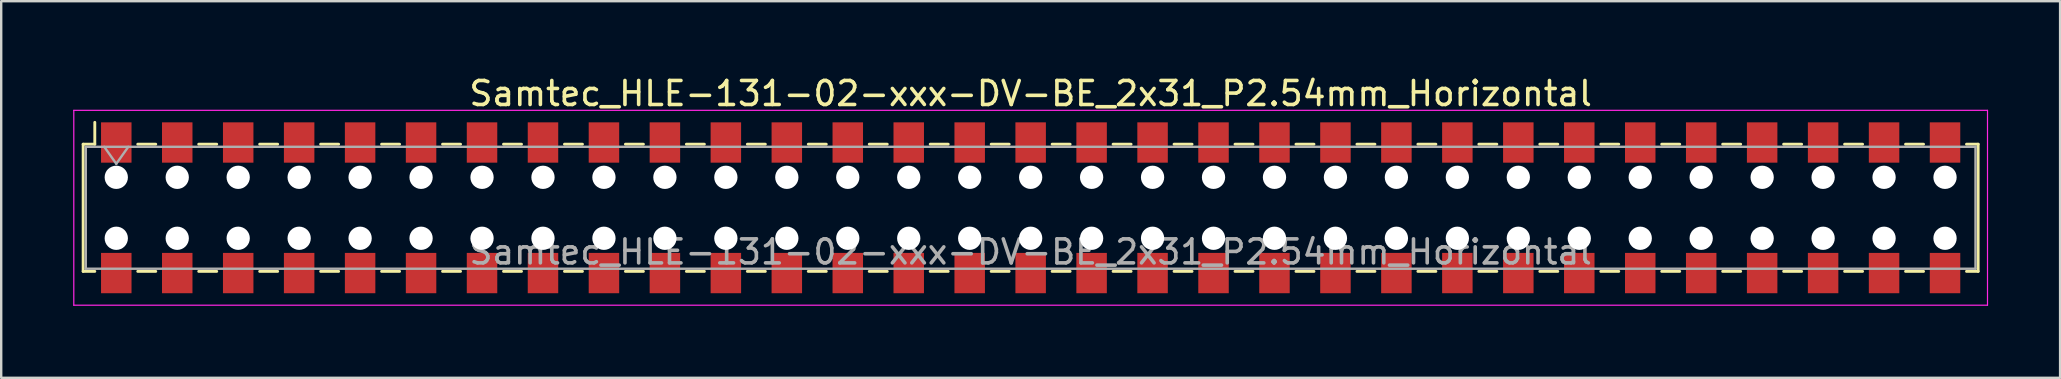
<source format=kicad_pcb>
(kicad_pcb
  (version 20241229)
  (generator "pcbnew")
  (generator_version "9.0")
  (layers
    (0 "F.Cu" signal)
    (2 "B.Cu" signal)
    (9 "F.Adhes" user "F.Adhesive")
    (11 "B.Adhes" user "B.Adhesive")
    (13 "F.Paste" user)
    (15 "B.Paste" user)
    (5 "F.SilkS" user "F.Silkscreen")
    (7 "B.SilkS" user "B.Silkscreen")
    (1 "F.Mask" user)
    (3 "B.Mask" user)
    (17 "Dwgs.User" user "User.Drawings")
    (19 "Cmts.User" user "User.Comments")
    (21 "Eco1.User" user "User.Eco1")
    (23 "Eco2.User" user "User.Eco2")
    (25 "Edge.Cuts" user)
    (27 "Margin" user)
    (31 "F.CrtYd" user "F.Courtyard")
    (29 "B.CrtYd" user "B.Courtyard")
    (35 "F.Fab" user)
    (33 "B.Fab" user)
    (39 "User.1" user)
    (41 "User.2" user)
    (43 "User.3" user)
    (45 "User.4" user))
  (footprint "Samtec_HLE-131-02-xxx-DV-BE_2x31_P2.54mm_Horizontal"
    (layer "F.Cu")
    (at 39.895 5.608)
    (property "Reference" "Samtec_HLE-131-02-xxx-DV-BE_2x31_P2.54mm_Horizontal" (at 0 -4.76 0) (layer "F.SilkS") (effects (font (size 1 1) (thickness 0.15))))
    (attr smd)
    (fp_line (start -39.48 -2.65) (end -39.48 2.65) (stroke (width 0.12) (type solid)) (layer "F.SilkS"))
    (fp_line (start -39.48 2.65) (end -38.995 2.65) (stroke (width 0.12) (type solid)) (layer "F.SilkS"))
    (fp_line (start -38.995 -3.56) (end -38.995 -2.65) (stroke (width 0.12) (type solid)) (layer "F.SilkS"))
    (fp_line (start -38.995 -2.65) (end -39.48 -2.65) (stroke (width 0.12) (type solid)) (layer "F.SilkS"))
    (fp_line (start -37.205 -2.65) (end -36.455 -2.65) (stroke (width 0.12) (type solid)) (layer "F.SilkS"))
    (fp_line (start -37.205 2.65) (end -36.455 2.65) (stroke (width 0.12) (type solid)) (layer "F.SilkS"))
    (fp_line (start -34.665 -2.65) (end -33.915 -2.65) (stroke (width 0.12) (type solid)) (layer "F.SilkS"))
    (fp_line (start -34.665 2.65) (end -33.915 2.65) (stroke (width 0.12) (type solid)) (layer "F.SilkS"))
    (fp_line (start -32.125 -2.65) (end -31.375 -2.65) (stroke (width 0.12) (type solid)) (layer "F.SilkS"))
    (fp_line (start -32.125 2.65) (end -31.375 2.65) (stroke (width 0.12) (type solid)) (layer "F.SilkS"))
    (fp_line (start -29.585 -2.65) (end -28.835 -2.65) (stroke (width 0.12) (type solid)) (layer "F.SilkS"))
    (fp_line (start -29.585 2.65) (end -28.835 2.65) (stroke (width 0.12) (type solid)) (layer "F.SilkS"))
    (fp_line (start -27.045 -2.65) (end -26.295 -2.65) (stroke (width 0.12) (type solid)) (layer "F.SilkS"))
    (fp_line (start -27.045 2.65) (end -26.295 2.65) (stroke (width 0.12) (type solid)) (layer "F.SilkS"))
    (fp_line (start -24.505 -2.65) (end -23.755 -2.65) (stroke (width 0.12) (type solid)) (layer "F.SilkS"))
    (fp_line (start -24.505 2.65) (end -23.755 2.65) (stroke (width 0.12) (type solid)) (layer "F.SilkS"))
    (fp_line (start -21.965 -2.65) (end -21.215 -2.65) (stroke (width 0.12) (type solid)) (layer "F.SilkS"))
    (fp_line (start -21.965 2.65) (end -21.215 2.65) (stroke (width 0.12) (type solid)) (layer "F.SilkS"))
    (fp_line (start -19.425 -2.65) (end -18.675 -2.65) (stroke (width 0.12) (type solid)) (layer "F.SilkS"))
    (fp_line (start -19.425 2.65) (end -18.675 2.65) (stroke (width 0.12) (type solid)) (layer "F.SilkS"))
    (fp_line (start -16.885 -2.65) (end -16.135 -2.65) (stroke (width 0.12) (type solid)) (layer "F.SilkS"))
    (fp_line (start -16.885 2.65) (end -16.135 2.65) (stroke (width 0.12) (type solid)) (layer "F.SilkS"))
    (fp_line (start -14.345 -2.65) (end -13.595 -2.65) (stroke (width 0.12) (type solid)) (layer "F.SilkS"))
    (fp_line (start -14.345 2.65) (end -13.595 2.65) (stroke (width 0.12) (type solid)) (layer "F.SilkS"))
    (fp_line (start -11.805 -2.65) (end -11.055 -2.65) (stroke (width 0.12) (type solid)) (layer "F.SilkS"))
    (fp_line (start -11.805 2.65) (end -11.055 2.65) (stroke (width 0.12) (type solid)) (layer "F.SilkS"))
    (fp_line (start -9.265 -2.65) (end -8.515 -2.65) (stroke (width 0.12) (type solid)) (layer "F.SilkS"))
    (fp_line (start -9.265 2.65) (end -8.515 2.65) (stroke (width 0.12) (type solid)) (layer "F.SilkS"))
    (fp_line (start -6.725 -2.65) (end -5.975 -2.65) (stroke (width 0.12) (type solid)) (layer "F.SilkS"))
    (fp_line (start -6.725 2.65) (end -5.975 2.65) (stroke (width 0.12) (type solid)) (layer "F.SilkS"))
    (fp_line (start -4.185 -2.65) (end -3.435 -2.65) (stroke (width 0.12) (type solid)) (layer "F.SilkS"))
    (fp_line (start -4.185 2.65) (end -3.435 2.65) (stroke (width 0.12) (type solid)) (layer "F.SilkS"))
    (fp_line (start -1.645 -2.65) (end -0.895 -2.65) (stroke (width 0.12) (type solid)) (layer "F.SilkS"))
    (fp_line (start -1.645 2.65) (end -0.895 2.65) (stroke (width 0.12) (type solid)) (layer "F.SilkS"))
    (fp_line (start 0.895 -2.65) (end 1.645 -2.65) (stroke (width 0.12) (type solid)) (layer "F.SilkS"))
    (fp_line (start 0.895 2.65) (end 1.645 2.65) (stroke (width 0.12) (type solid)) (layer "F.SilkS"))
    (fp_line (start 3.435 -2.65) (end 4.185 -2.65) (stroke (width 0.12) (type solid)) (layer "F.SilkS"))
    (fp_line (start 3.435 2.65) (end 4.185 2.65) (stroke (width 0.12) (type solid)) (layer "F.SilkS"))
    (fp_line (start 5.975 -2.65) (end 6.725 -2.65) (stroke (width 0.12) (type solid)) (layer "F.SilkS"))
    (fp_line (start 5.975 2.65) (end 6.725 2.65) (stroke (width 0.12) (type solid)) (layer "F.SilkS"))
    (fp_line (start 8.515 -2.65) (end 9.265 -2.65) (stroke (width 0.12) (type solid)) (layer "F.SilkS"))
    (fp_line (start 8.515 2.65) (end 9.265 2.65) (stroke (width 0.12) (type solid)) (layer "F.SilkS"))
    (fp_line (start 11.055 -2.65) (end 11.805 -2.65) (stroke (width 0.12) (type solid)) (layer "F.SilkS"))
    (fp_line (start 11.055 2.65) (end 11.805 2.65) (stroke (width 0.12) (type solid)) (layer "F.SilkS"))
    (fp_line (start 13.595 -2.65) (end 14.345 -2.65) (stroke (width 0.12) (type solid)) (layer "F.SilkS"))
    (fp_line (start 13.595 2.65) (end 14.345 2.65) (stroke (width 0.12) (type solid)) (layer "F.SilkS"))
    (fp_line (start 16.135 -2.65) (end 16.885 -2.65) (stroke (width 0.12) (type solid)) (layer "F.SilkS"))
    (fp_line (start 16.135 2.65) (end 16.885 2.65) (stroke (width 0.12) (type solid)) (layer "F.SilkS"))
    (fp_line (start 18.675 -2.65) (end 19.425 -2.65) (stroke (width 0.12) (type solid)) (layer "F.SilkS"))
    (fp_line (start 18.675 2.65) (end 19.425 2.65) (stroke (width 0.12) (type solid)) (layer "F.SilkS"))
    (fp_line (start 21.215 -2.65) (end 21.965 -2.65) (stroke (width 0.12) (type solid)) (layer "F.SilkS"))
    (fp_line (start 21.215 2.65) (end 21.965 2.65) (stroke (width 0.12) (type solid)) (layer "F.SilkS"))
    (fp_line (start 23.755 -2.65) (end 24.505 -2.65) (stroke (width 0.12) (type solid)) (layer "F.SilkS"))
    (fp_line (start 23.755 2.65) (end 24.505 2.65) (stroke (width 0.12) (type solid)) (layer "F.SilkS"))
    (fp_line (start 26.295 -2.65) (end 27.045 -2.65) (stroke (width 0.12) (type solid)) (layer "F.SilkS"))
    (fp_line (start 26.295 2.65) (end 27.045 2.65) (stroke (width 0.12) (type solid)) (layer "F.SilkS"))
    (fp_line (start 28.835 -2.65) (end 29.585 -2.65) (stroke (width 0.12) (type solid)) (layer "F.SilkS"))
    (fp_line (start 28.835 2.65) (end 29.585 2.65) (stroke (width 0.12) (type solid)) (layer "F.SilkS"))
    (fp_line (start 31.375 -2.65) (end 32.125 -2.65) (stroke (width 0.12) (type solid)) (layer "F.SilkS"))
    (fp_line (start 31.375 2.65) (end 32.125 2.65) (stroke (width 0.12) (type solid)) (layer "F.SilkS"))
    (fp_line (start 33.915 -2.65) (end 34.665 -2.65) (stroke (width 0.12) (type solid)) (layer "F.SilkS"))
    (fp_line (start 33.915 2.65) (end 34.665 2.65) (stroke (width 0.12) (type solid)) (layer "F.SilkS"))
    (fp_line (start 36.455 -2.65) (end 37.205 -2.65) (stroke (width 0.12) (type solid)) (layer "F.SilkS"))
    (fp_line (start 36.455 2.65) (end 37.205 2.65) (stroke (width 0.12) (type solid)) (layer "F.SilkS"))
    (fp_line (start 38.995 -2.65) (end 39.48 -2.65) (stroke (width 0.12) (type solid)) (layer "F.SilkS"))
    (fp_line (start 39.48 -2.65) (end 39.48 2.65) (stroke (width 0.12) (type solid)) (layer "F.SilkS"))
    (fp_line (start 39.48 2.65) (end 38.995 2.65) (stroke (width 0.12) (type solid)) (layer "F.SilkS"))
    (fp_line (start -39.87 -4.06) (end 39.87 -4.06) (stroke (width 0.05) (type solid)) (layer "F.CrtYd"))
    (fp_line (start -39.87 4.06) (end -39.87 -4.06) (stroke (width 0.05) (type solid)) (layer "F.CrtYd"))
    (fp_line (start 39.87 -4.06) (end 39.87 4.06) (stroke (width 0.05) (type solid)) (layer "F.CrtYd"))
    (fp_line (start 39.87 4.06) (end -39.87 4.06) (stroke (width 0.05) (type solid)) (layer "F.CrtYd"))
    (fp_line (start -39.37 -2.54) (end 39.37 -2.54) (stroke (width 0.1) (type solid)) (layer "F.Fab"))
    (fp_line (start -39.37 2.54) (end -39.37 -2.54) (stroke (width 0.1) (type solid)) (layer "F.Fab"))
    (fp_line (start -38.6 -2.54) (end -38.1 -1.833) (stroke (width 0.1) (type solid)) (layer "F.Fab"))
    (fp_line (start -38.1 -1.833) (end -37.6 -2.54) (stroke (width 0.1) (type solid)) (layer "F.Fab"))
    (fp_line (start 39.37 -2.54) (end 39.37 2.54) (stroke (width 0.1) (type solid)) (layer "F.Fab"))
    (fp_line (start 39.37 2.54) (end -39.37 2.54) (stroke (width 0.1) (type solid)) (layer "F.Fab"))
    (fp_text user "${REFERENCE}" (at 0 1.84 0) (layer "F.Fab") (effects (font (size 1 1) (thickness 0.15))))
    (pad "" np_thru_hole circle (at -38.1 -1.27) (size 0.97 0.97) (drill 0.97) (layers "*.Cu" "*.Mask"))
    (pad "" np_thru_hole circle (at -38.1 1.27) (size 0.97 0.97) (drill 0.97) (layers "*.Cu" "*.Mask"))
    (pad "" np_thru_hole circle (at -35.56 -1.27) (size 0.97 0.97) (drill 0.97) (layers "*.Cu" "*.Mask"))
    (pad "" np_thru_hole circle (at -35.56 1.27) (size 0.97 0.97) (drill 0.97) (layers "*.Cu" "*.Mask"))
    (pad "" np_thru_hole circle (at -33.02 -1.27) (size 0.97 0.97) (drill 0.97) (layers "*.Cu" "*.Mask"))
    (pad "" np_thru_hole circle (at -33.02 1.27) (size 0.97 0.97) (drill 0.97) (layers "*.Cu" "*.Mask"))
    (pad "" np_thru_hole circle (at -30.48 -1.27) (size 0.97 0.97) (drill 0.97) (layers "*.Cu" "*.Mask"))
    (pad "" np_thru_hole circle (at -30.48 1.27) (size 0.97 0.97) (drill 0.97) (layers "*.Cu" "*.Mask"))
    (pad "" np_thru_hole circle (at -27.94 -1.27) (size 0.97 0.97) (drill 0.97) (layers "*.Cu" "*.Mask"))
    (pad "" np_thru_hole circle (at -27.94 1.27) (size 0.97 0.97) (drill 0.97) (layers "*.Cu" "*.Mask"))
    (pad "" np_thru_hole circle (at -25.4 -1.27) (size 0.97 0.97) (drill 0.97) (layers "*.Cu" "*.Mask"))
    (pad "" np_thru_hole circle (at -25.4 1.27) (size 0.97 0.97) (drill 0.97) (layers "*.Cu" "*.Mask"))
    (pad "" np_thru_hole circle (at -22.86 -1.27) (size 0.97 0.97) (drill 0.97) (layers "*.Cu" "*.Mask"))
    (pad "" np_thru_hole circle (at -22.86 1.27) (size 0.97 0.97) (drill 0.97) (layers "*.Cu" "*.Mask"))
    (pad "" np_thru_hole circle (at -20.32 -1.27) (size 0.97 0.97) (drill 0.97) (layers "*.Cu" "*.Mask"))
    (pad "" np_thru_hole circle (at -20.32 1.27) (size 0.97 0.97) (drill 0.97) (layers "*.Cu" "*.Mask"))
    (pad "" np_thru_hole circle (at -17.78 -1.27) (size 0.97 0.97) (drill 0.97) (layers "*.Cu" "*.Mask"))
    (pad "" np_thru_hole circle (at -17.78 1.27) (size 0.97 0.97) (drill 0.97) (layers "*.Cu" "*.Mask"))
    (pad "" np_thru_hole circle (at -15.24 -1.27) (size 0.97 0.97) (drill 0.97) (layers "*.Cu" "*.Mask"))
    (pad "" np_thru_hole circle (at -15.24 1.27) (size 0.97 0.97) (drill 0.97) (layers "*.Cu" "*.Mask"))
    (pad "" np_thru_hole circle (at -12.7 -1.27) (size 0.97 0.97) (drill 0.97) (layers "*.Cu" "*.Mask"))
    (pad "" np_thru_hole circle (at -12.7 1.27) (size 0.97 0.97) (drill 0.97) (layers "*.Cu" "*.Mask"))
    (pad "" np_thru_hole circle (at -10.16 -1.27) (size 0.97 0.97) (drill 0.97) (layers "*.Cu" "*.Mask"))
    (pad "" np_thru_hole circle (at -10.16 1.27) (size 0.97 0.97) (drill 0.97) (layers "*.Cu" "*.Mask"))
    (pad "" np_thru_hole circle (at -7.62 -1.27) (size 0.97 0.97) (drill 0.97) (layers "*.Cu" "*.Mask"))
    (pad "" np_thru_hole circle (at -7.62 1.27) (size 0.97 0.97) (drill 0.97) (layers "*.Cu" "*.Mask"))
    (pad "" np_thru_hole circle (at -5.08 -1.27) (size 0.97 0.97) (drill 0.97) (layers "*.Cu" "*.Mask"))
    (pad "" np_thru_hole circle (at -5.08 1.27) (size 0.97 0.97) (drill 0.97) (layers "*.Cu" "*.Mask"))
    (pad "" np_thru_hole circle (at -2.54 -1.27) (size 0.97 0.97) (drill 0.97) (layers "*.Cu" "*.Mask"))
    (pad "" np_thru_hole circle (at -2.54 1.27) (size 0.97 0.97) (drill 0.97) (layers "*.Cu" "*.Mask"))
    (pad "" np_thru_hole circle (at 0 -1.27) (size 0.97 0.97) (drill 0.97) (layers "*.Cu" "*.Mask"))
    (pad "" np_thru_hole circle (at 0 1.27) (size 0.97 0.97) (drill 0.97) (layers "*.Cu" "*.Mask"))
    (pad "" np_thru_hole circle (at 2.54 -1.27) (size 0.97 0.97) (drill 0.97) (layers "*.Cu" "*.Mask"))
    (pad "" np_thru_hole circle (at 2.54 1.27) (size 0.97 0.97) (drill 0.97) (layers "*.Cu" "*.Mask"))
    (pad "" np_thru_hole circle (at 5.08 -1.27) (size 0.97 0.97) (drill 0.97) (layers "*.Cu" "*.Mask"))
    (pad "" np_thru_hole circle (at 5.08 1.27) (size 0.97 0.97) (drill 0.97) (layers "*.Cu" "*.Mask"))
    (pad "" np_thru_hole circle (at 7.62 -1.27) (size 0.97 0.97) (drill 0.97) (layers "*.Cu" "*.Mask"))
    (pad "" np_thru_hole circle (at 7.62 1.27) (size 0.97 0.97) (drill 0.97) (layers "*.Cu" "*.Mask"))
    (pad "" np_thru_hole circle (at 10.16 -1.27) (size 0.97 0.97) (drill 0.97) (layers "*.Cu" "*.Mask"))
    (pad "" np_thru_hole circle (at 10.16 1.27) (size 0.97 0.97) (drill 0.97) (layers "*.Cu" "*.Mask"))
    (pad "" np_thru_hole circle (at 12.7 -1.27) (size 0.97 0.97) (drill 0.97) (layers "*.Cu" "*.Mask"))
    (pad "" np_thru_hole circle (at 12.7 1.27) (size 0.97 0.97) (drill 0.97) (layers "*.Cu" "*.Mask"))
    (pad "" np_thru_hole circle (at 15.24 -1.27) (size 0.97 0.97) (drill 0.97) (layers "*.Cu" "*.Mask"))
    (pad "" np_thru_hole circle (at 15.24 1.27) (size 0.97 0.97) (drill 0.97) (layers "*.Cu" "*.Mask"))
    (pad "" np_thru_hole circle (at 17.78 -1.27) (size 0.97 0.97) (drill 0.97) (layers "*.Cu" "*.Mask"))
    (pad "" np_thru_hole circle (at 17.78 1.27) (size 0.97 0.97) (drill 0.97) (layers "*.Cu" "*.Mask"))
    (pad "" np_thru_hole circle (at 20.32 -1.27) (size 0.97 0.97) (drill 0.97) (layers "*.Cu" "*.Mask"))
    (pad "" np_thru_hole circle (at 20.32 1.27) (size 0.97 0.97) (drill 0.97) (layers "*.Cu" "*.Mask"))
    (pad "" np_thru_hole circle (at 22.86 -1.27) (size 0.97 0.97) (drill 0.97) (layers "*.Cu" "*.Mask"))
    (pad "" np_thru_hole circle (at 22.86 1.27) (size 0.97 0.97) (drill 0.97) (layers "*.Cu" "*.Mask"))
    (pad "" np_thru_hole circle (at 25.4 -1.27) (size 0.97 0.97) (drill 0.97) (layers "*.Cu" "*.Mask"))
    (pad "" np_thru_hole circle (at 25.4 1.27) (size 0.97 0.97) (drill 0.97) (layers "*.Cu" "*.Mask"))
    (pad "" np_thru_hole circle (at 27.94 -1.27) (size 0.97 0.97) (drill 0.97) (layers "*.Cu" "*.Mask"))
    (pad "" np_thru_hole circle (at 27.94 1.27) (size 0.97 0.97) (drill 0.97) (layers "*.Cu" "*.Mask"))
    (pad "" np_thru_hole circle (at 30.48 -1.27) (size 0.97 0.97) (drill 0.97) (layers "*.Cu" "*.Mask"))
    (pad "" np_thru_hole circle (at 30.48 1.27) (size 0.97 0.97) (drill 0.97) (layers "*.Cu" "*.Mask"))
    (pad "" np_thru_hole circle (at 33.02 -1.27) (size 0.97 0.97) (drill 0.97) (layers "*.Cu" "*.Mask"))
    (pad "" np_thru_hole circle (at 33.02 1.27) (size 0.97 0.97) (drill 0.97) (layers "*.Cu" "*.Mask"))
    (pad "" np_thru_hole circle (at 35.56 -1.27) (size 0.97 0.97) (drill 0.97) (layers "*.Cu" "*.Mask"))
    (pad "" np_thru_hole circle (at 35.56 1.27) (size 0.97 0.97) (drill 0.97) (layers "*.Cu" "*.Mask"))
    (pad "" np_thru_hole circle (at 38.1 -1.27) (size 0.97 0.97) (drill 0.97) (layers "*.Cu" "*.Mask"))
    (pad "" np_thru_hole circle (at 38.1 1.27) (size 0.97 0.97) (drill 0.97) (layers "*.Cu" "*.Mask"))
    (pad "1" smd rect (at -38.1 -2.72) (size 1.27 1.68) (layers "F.Cu" "F.Mask" "F.Paste"))
    (pad "2" smd rect (at -38.1 2.72) (size 1.27 1.68) (layers "F.Cu" "F.Mask" "F.Paste"))
    (pad "3" smd rect (at -35.56 -2.72) (size 1.27 1.68) (layers "F.Cu" "F.Mask" "F.Paste"))
    (pad "4" smd rect (at -35.56 2.72) (size 1.27 1.68) (layers "F.Cu" "F.Mask" "F.Paste"))
    (pad "5" smd rect (at -33.02 -2.72) (size 1.27 1.68) (layers "F.Cu" "F.Mask" "F.Paste"))
    (pad "6" smd rect (at -33.02 2.72) (size 1.27 1.68) (layers "F.Cu" "F.Mask" "F.Paste"))
    (pad "7" smd rect (at -30.48 -2.72) (size 1.27 1.68) (layers "F.Cu" "F.Mask" "F.Paste"))
    (pad "8" smd rect (at -30.48 2.72) (size 1.27 1.68) (layers "F.Cu" "F.Mask" "F.Paste"))
    (pad "9" smd rect (at -27.94 -2.72) (size 1.27 1.68) (layers "F.Cu" "F.Mask" "F.Paste"))
    (pad "10" smd rect (at -27.94 2.72) (size 1.27 1.68) (layers "F.Cu" "F.Mask" "F.Paste"))
    (pad "11" smd rect (at -25.4 -2.72) (size 1.27 1.68) (layers "F.Cu" "F.Mask" "F.Paste"))
    (pad "12" smd rect (at -25.4 2.72) (size 1.27 1.68) (layers "F.Cu" "F.Mask" "F.Paste"))
    (pad "13" smd rect (at -22.86 -2.72) (size 1.27 1.68) (layers "F.Cu" "F.Mask" "F.Paste"))
    (pad "14" smd rect (at -22.86 2.72) (size 1.27 1.68) (layers "F.Cu" "F.Mask" "F.Paste"))
    (pad "15" smd rect (at -20.32 -2.72) (size 1.27 1.68) (layers "F.Cu" "F.Mask" "F.Paste"))
    (pad "16" smd rect (at -20.32 2.72) (size 1.27 1.68) (layers "F.Cu" "F.Mask" "F.Paste"))
    (pad "17" smd rect (at -17.78 -2.72) (size 1.27 1.68) (layers "F.Cu" "F.Mask" "F.Paste"))
    (pad "18" smd rect (at -17.78 2.72) (size 1.27 1.68) (layers "F.Cu" "F.Mask" "F.Paste"))
    (pad "19" smd rect (at -15.24 -2.72) (size 1.27 1.68) (layers "F.Cu" "F.Mask" "F.Paste"))
    (pad "20" smd rect (at -15.24 2.72) (size 1.27 1.68) (layers "F.Cu" "F.Mask" "F.Paste"))
    (pad "21" smd rect (at -12.7 -2.72) (size 1.27 1.68) (layers "F.Cu" "F.Mask" "F.Paste"))
    (pad "22" smd rect (at -12.7 2.72) (size 1.27 1.68) (layers "F.Cu" "F.Mask" "F.Paste"))
    (pad "23" smd rect (at -10.16 -2.72) (size 1.27 1.68) (layers "F.Cu" "F.Mask" "F.Paste"))
    (pad "24" smd rect (at -10.16 2.72) (size 1.27 1.68) (layers "F.Cu" "F.Mask" "F.Paste"))
    (pad "25" smd rect (at -7.62 -2.72) (size 1.27 1.68) (layers "F.Cu" "F.Mask" "F.Paste"))
    (pad "26" smd rect (at -7.62 2.72) (size 1.27 1.68) (layers "F.Cu" "F.Mask" "F.Paste"))
    (pad "27" smd rect (at -5.08 -2.72) (size 1.27 1.68) (layers "F.Cu" "F.Mask" "F.Paste"))
    (pad "28" smd rect (at -5.08 2.72) (size 1.27 1.68) (layers "F.Cu" "F.Mask" "F.Paste"))
    (pad "29" smd rect (at -2.54 -2.72) (size 1.27 1.68) (layers "F.Cu" "F.Mask" "F.Paste"))
    (pad "30" smd rect (at -2.54 2.72) (size 1.27 1.68) (layers "F.Cu" "F.Mask" "F.Paste"))
    (pad "31" smd rect (at 0 -2.72) (size 1.27 1.68) (layers "F.Cu" "F.Mask" "F.Paste"))
    (pad "32" smd rect (at 0 2.72) (size 1.27 1.68) (layers "F.Cu" "F.Mask" "F.Paste"))
    (pad "33" smd rect (at 2.54 -2.72) (size 1.27 1.68) (layers "F.Cu" "F.Mask" "F.Paste"))
    (pad "34" smd rect (at 2.54 2.72) (size 1.27 1.68) (layers "F.Cu" "F.Mask" "F.Paste"))
    (pad "35" smd rect (at 5.08 -2.72) (size 1.27 1.68) (layers "F.Cu" "F.Mask" "F.Paste"))
    (pad "36" smd rect (at 5.08 2.72) (size 1.27 1.68) (layers "F.Cu" "F.Mask" "F.Paste"))
    (pad "37" smd rect (at 7.62 -2.72) (size 1.27 1.68) (layers "F.Cu" "F.Mask" "F.Paste"))
    (pad "38" smd rect (at 7.62 2.72) (size 1.27 1.68) (layers "F.Cu" "F.Mask" "F.Paste"))
    (pad "39" smd rect (at 10.16 -2.72) (size 1.27 1.68) (layers "F.Cu" "F.Mask" "F.Paste"))
    (pad "40" smd rect (at 10.16 2.72) (size 1.27 1.68) (layers "F.Cu" "F.Mask" "F.Paste"))
    (pad "41" smd rect (at 12.7 -2.72) (size 1.27 1.68) (layers "F.Cu" "F.Mask" "F.Paste"))
    (pad "42" smd rect (at 12.7 2.72) (size 1.27 1.68) (layers "F.Cu" "F.Mask" "F.Paste"))
    (pad "43" smd rect (at 15.24 -2.72) (size 1.27 1.68) (layers "F.Cu" "F.Mask" "F.Paste"))
    (pad "44" smd rect (at 15.24 2.72) (size 1.27 1.68) (layers "F.Cu" "F.Mask" "F.Paste"))
    (pad "45" smd rect (at 17.78 -2.72) (size 1.27 1.68) (layers "F.Cu" "F.Mask" "F.Paste"))
    (pad "46" smd rect (at 17.78 2.72) (size 1.27 1.68) (layers "F.Cu" "F.Mask" "F.Paste"))
    (pad "47" smd rect (at 20.32 -2.72) (size 1.27 1.68) (layers "F.Cu" "F.Mask" "F.Paste"))
    (pad "48" smd rect (at 20.32 2.72) (size 1.27 1.68) (layers "F.Cu" "F.Mask" "F.Paste"))
    (pad "49" smd rect (at 22.86 -2.72) (size 1.27 1.68) (layers "F.Cu" "F.Mask" "F.Paste"))
    (pad "50" smd rect (at 22.86 2.72) (size 1.27 1.68) (layers "F.Cu" "F.Mask" "F.Paste"))
    (pad "51" smd rect (at 25.4 -2.72) (size 1.27 1.68) (layers "F.Cu" "F.Mask" "F.Paste"))
    (pad "52" smd rect (at 25.4 2.72) (size 1.27 1.68) (layers "F.Cu" "F.Mask" "F.Paste"))
    (pad "53" smd rect (at 27.94 -2.72) (size 1.27 1.68) (layers "F.Cu" "F.Mask" "F.Paste"))
    (pad "54" smd rect (at 27.94 2.72) (size 1.27 1.68) (layers "F.Cu" "F.Mask" "F.Paste"))
    (pad "55" smd rect (at 30.48 -2.72) (size 1.27 1.68) (layers "F.Cu" "F.Mask" "F.Paste"))
    (pad "56" smd rect (at 30.48 2.72) (size 1.27 1.68) (layers "F.Cu" "F.Mask" "F.Paste"))
    (pad "57" smd rect (at 33.02 -2.72) (size 1.27 1.68) (layers "F.Cu" "F.Mask" "F.Paste"))
    (pad "58" smd rect (at 33.02 2.72) (size 1.27 1.68) (layers "F.Cu" "F.Mask" "F.Paste"))
    (pad "59" smd rect (at 35.56 -2.72) (size 1.27 1.68) (layers "F.Cu" "F.Mask" "F.Paste"))
    (pad "60" smd rect (at 35.56 2.72) (size 1.27 1.68) (layers "F.Cu" "F.Mask" "F.Paste"))
    (pad "61" smd rect (at 38.1 -2.72) (size 1.27 1.68) (layers "F.Cu" "F.Mask" "F.Paste"))
    (pad "62" smd rect (at 38.1 2.72) (size 1.27 1.68) (layers "F.Cu" "F.Mask" "F.Paste")))
  (gr_rect
    (start -3 -3)
    (end 82.79 12.693)
    (stroke (width 0.1) (type default))
    (fill no)
    (layer "Edge.Cuts")))
</source>
